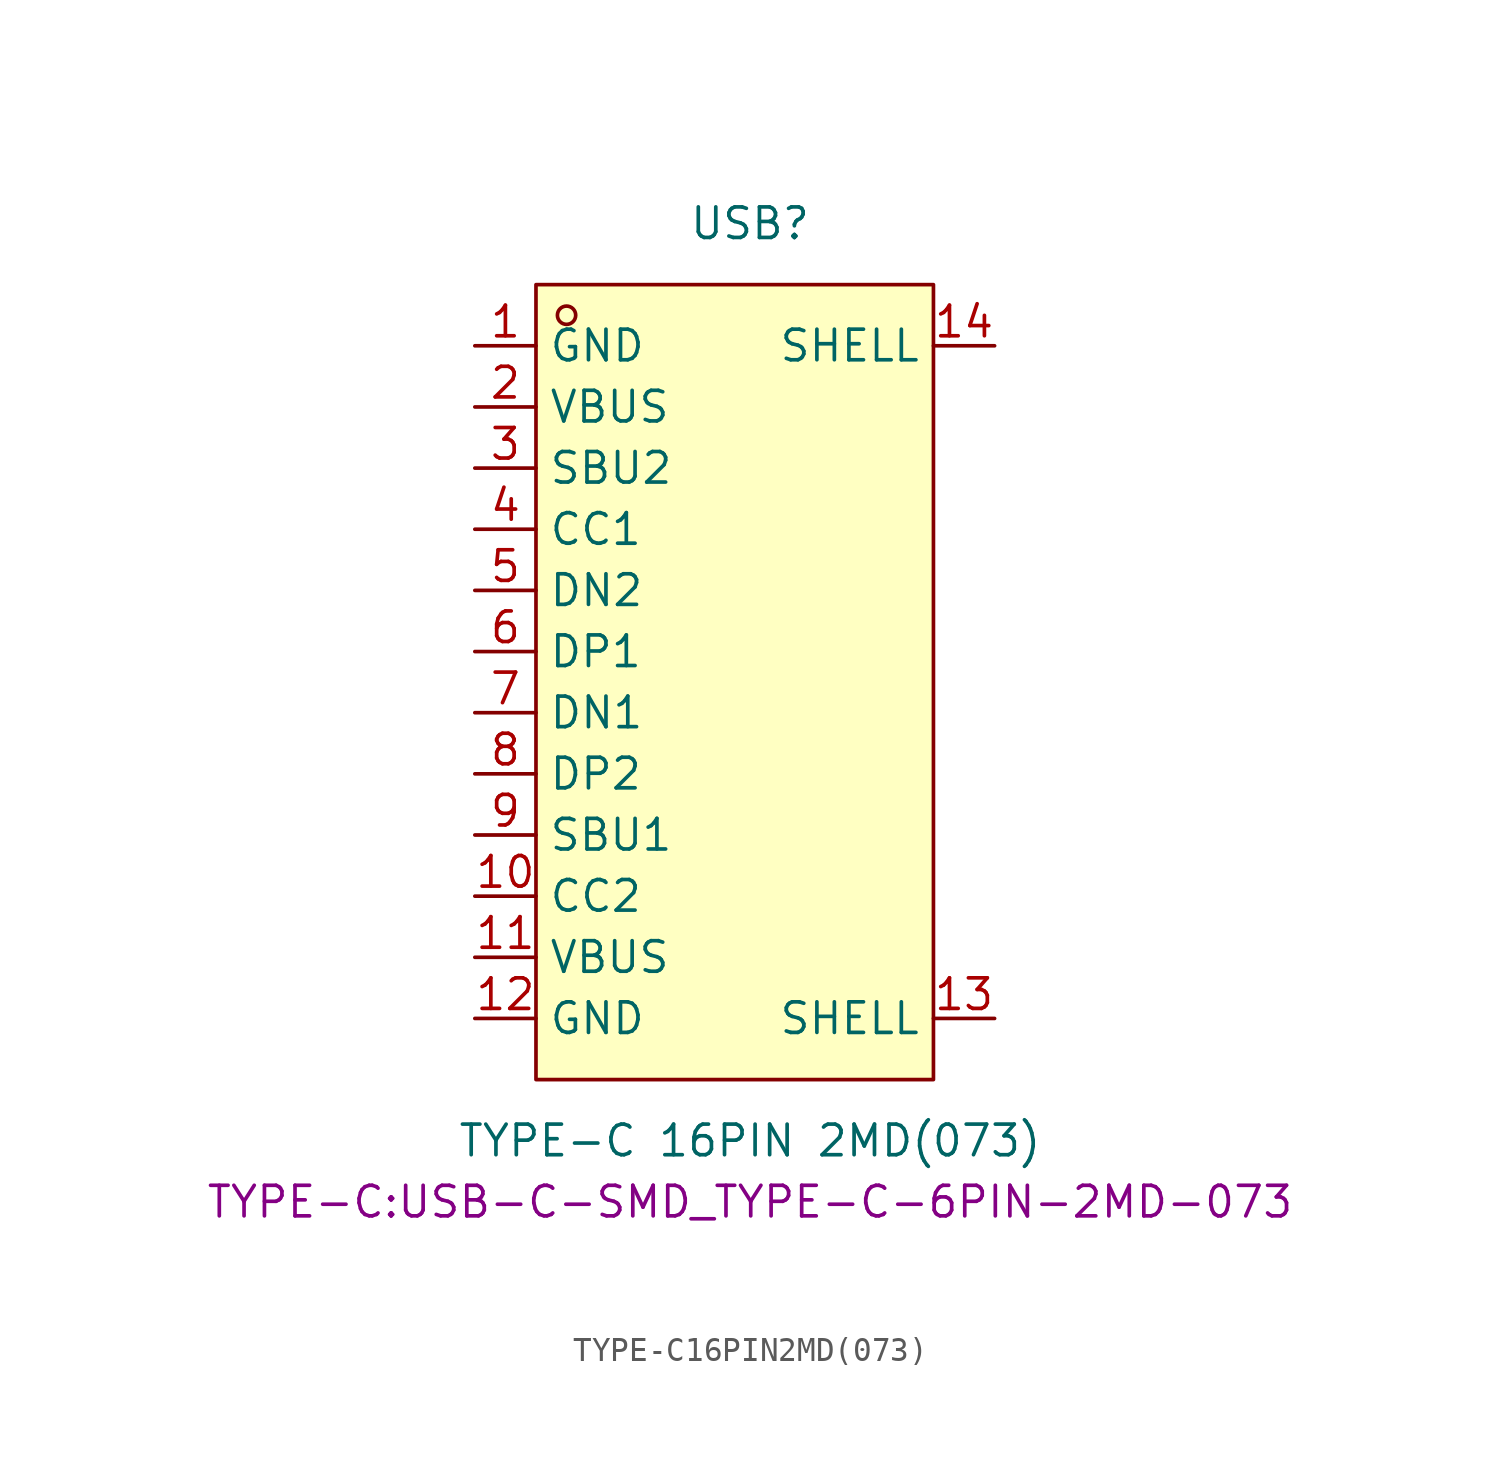
<source format=kicad_sym>
(kicad_symbol_lib
  (version 20231120)
  (generator "kicad_symbol_editor")
  (generator_version "8.0")
  (symbol "TYPE-C16PIN2MD(073)"
    (property "Reference" "USB"
      (at 0 19.05 0)
      (effects (font (size 1.27 1.27))))
    (property "Value" "TYPE-C 16PIN 2MD(073)"
      (at 0 -19.05 0)
      (effects (font (size 1.27 1.27))))
    (property "Footprint" "TYPE-C:USB-C-SMD_TYPE-C-6PIN-2MD-073"
      (at 0 -21.59 0)
      (effects (font (size 1.27 1.27))))
    (symbol "TYPE-C16PIN2MD(073)_0_1"
      (rectangle (start -8.89 16.51) (end 7.62 -16.51) (stroke (width 0) (type default)) (fill (type background)))
      (circle (center -7.62 15.24) (radius 0.38) (stroke (width 0) (type default)) (fill (type none)))
      (pin unspecified line (at -11.43 13.97 0) (length 2.54) (name "GND" (effects (font (size 1.27 1.27)))) (number "1" (effects (font (size 1.27 1.27)))))
      (pin unspecified line (at -11.43 -8.89 0) (length 2.54) (name "CC2" (effects (font (size 1.27 1.27)))) (number "10" (effects (font (size 1.27 1.27)))))
      (pin unspecified line (at -11.43 -11.43 0) (length 2.54) (name "VBUS" (effects (font (size 1.27 1.27)))) (number "11" (effects (font (size 1.27 1.27)))))
      (pin unspecified line (at -11.43 -13.97 0) (length 2.54) (name "GND" (effects (font (size 1.27 1.27)))) (number "12" (effects (font (size 1.27 1.27)))))
      (pin unspecified line (at 10.16 -13.97 180) (length 2.54) (name "SHELL" (effects (font (size 1.27 1.27)))) (number "13" (effects (font (size 1.27 1.27)))))
      (pin unspecified line (at 10.16 13.97 180) (length 2.54) (name "SHELL" (effects (font (size 1.27 1.27)))) (number "14" (effects (font (size 1.27 1.27)))))
      (pin unspecified line (at -11.43 11.43 0) (length 2.54) (name "VBUS" (effects (font (size 1.27 1.27)))) (number "2" (effects (font (size 1.27 1.27)))))
      (pin unspecified line (at -11.43 8.89 0) (length 2.54) (name "SBU2" (effects (font (size 1.27 1.27)))) (number "3" (effects (font (size 1.27 1.27)))))
      (pin unspecified line (at -11.43 6.35 0) (length 2.54) (name "CC1" (effects (font (size 1.27 1.27)))) (number "4" (effects (font (size 1.27 1.27)))))
      (pin unspecified line (at -11.43 3.81 0) (length 2.54) (name "DN2" (effects (font (size 1.27 1.27)))) (number "5" (effects (font (size 1.27 1.27)))))
      (pin unspecified line (at -11.43 1.27 0) (length 2.54) (name "DP1" (effects (font (size 1.27 1.27)))) (number "6" (effects (font (size 1.27 1.27)))))
      (pin unspecified line (at -11.43 -1.27 0) (length 2.54) (name "DN1" (effects (font (size 1.27 1.27)))) (number "7" (effects (font (size 1.27 1.27)))))
      (pin unspecified line (at -11.43 -3.81 0) (length 2.54) (name "DP2" (effects (font (size 1.27 1.27)))) (number "8" (effects (font (size 1.27 1.27)))))
      (pin unspecified line (at -11.43 -6.35 0) (length 2.54) (name "SBU1" (effects (font (size 1.27 1.27)))) (number "9" (effects (font (size 1.27 1.27))))))))
</source>
